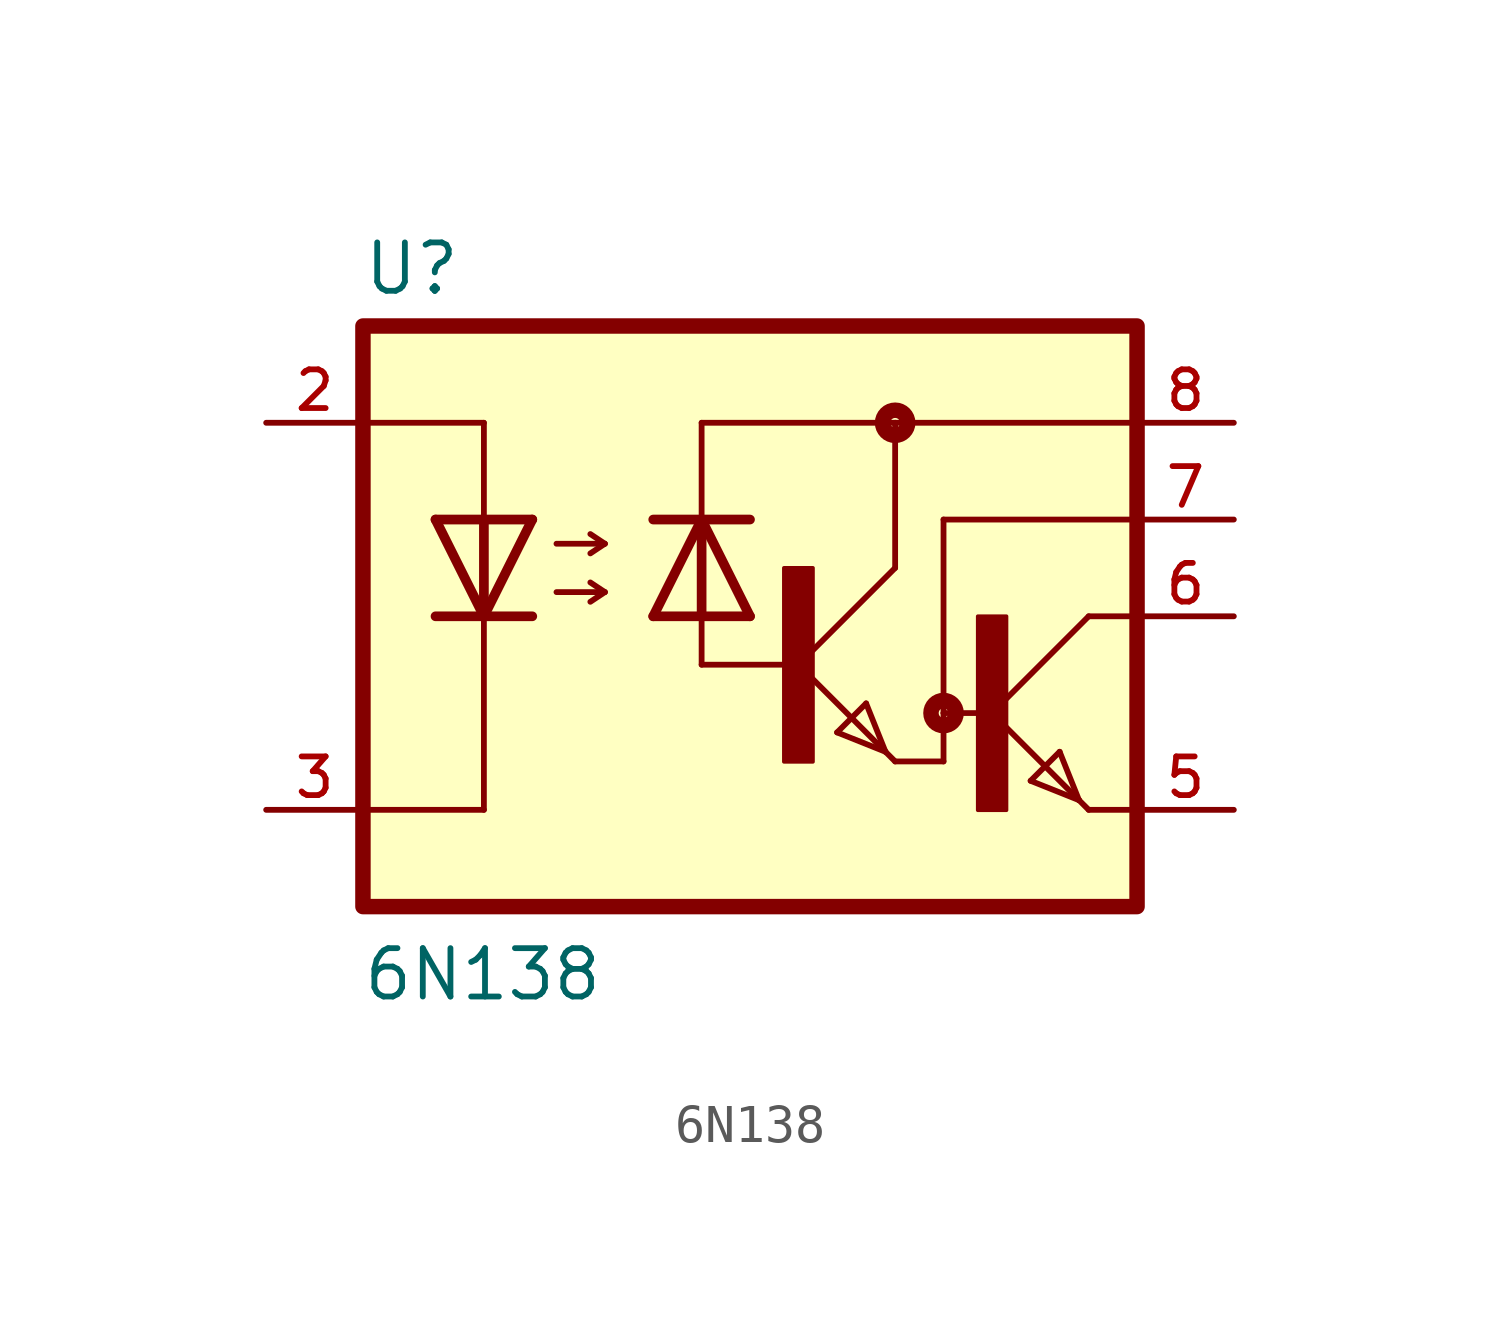
<source format=kicad_sym>
(kicad_symbol_lib
  (version 20211014)
  (generator kicad_symbol_editor)
  (symbol "6N138"
    (pin_names
      (offset 1.016))
    (property "Reference" "U"
      (at -10.188 8.381 0)
      (effects (font (size 1.27 1.27)) (justify bottom left)))
    (property "Value" "6N138"
      (at -10.201 -10.144 0)
      (effects (font (size 1.27 1.27)) (justify bottom left)))
    (symbol "6N138_0_0"
      (polyline (pts (xy 3.81 1.27) (xy 3.81 5.08)) (stroke (width 0.152)))
      (polyline (pts (xy 5.08 -2.54) (xy 6.35 -2.54)) (stroke (width 0.152)))
      (polyline (pts (xy 5.08 -2.54) (xy 5.08 2.54)) (stroke (width 0.152)))
      (polyline (pts (xy -5.715 2.54) (xy -6.985 0.0)) (stroke (width 0.254)))
      (polyline (pts (xy -6.985 0.0) (xy -8.255 2.54)) (stroke (width 0.254)))
      (polyline (pts (xy -5.715 0.0) (xy -6.985 0.0)) (stroke (width 0.254)))
      (polyline (pts (xy -6.985 0.0) (xy -8.255 0.0)) (stroke (width 0.254)))
      (polyline (pts (xy -5.08 1.905) (xy -3.81 1.905)) (stroke (width 0.152)))
      (polyline (pts (xy -3.81 1.905) (xy -4.191 2.159)) (stroke (width 0.152)))
      (polyline (pts (xy -3.81 1.905) (xy -4.191 1.651)) (stroke (width 0.152)))
      (polyline (pts (xy -5.08 0.635) (xy -3.81 0.635)) (stroke (width 0.152)))
      (polyline (pts (xy -3.81 0.635) (xy -4.191 0.889)) (stroke (width 0.152)))
      (polyline (pts (xy -3.81 0.635) (xy -4.191 0.381)) (stroke (width 0.152)))
      (polyline (pts (xy -5.715 2.54) (xy -6.985 2.54)) (stroke (width 0.254)))
      (polyline (pts (xy -6.985 2.54) (xy -6.985 0.0)) (stroke (width 0.254)))
      (polyline (pts (xy -6.985 2.54) (xy -8.255 2.54)) (stroke (width 0.254)))
      (polyline (pts (xy -2.54 0.0) (xy -1.27 2.54)) (stroke (width 0.254)))
      (polyline (pts (xy -1.27 2.54) (xy 0.0 0.0)) (stroke (width 0.254)))
      (polyline (pts (xy -2.54 2.54) (xy -1.27 2.54)) (stroke (width 0.254)))
      (polyline (pts (xy -1.27 2.54) (xy 0.0 2.54)) (stroke (width 0.254)))
      (polyline (pts (xy -2.54 0.0) (xy -1.27 0.0)) (stroke (width 0.254)))
      (polyline (pts (xy -1.27 -1.27) (xy -1.27 0.0)) (stroke (width 0.152)))
      (polyline (pts (xy -1.27 0.0) (xy 0.0 0.0)) (stroke (width 0.254)))
      (polyline (pts (xy -1.27 0.0) (xy -1.27 2.54)) (stroke (width 0.254)))
      (polyline (pts (xy 3.81 5.08) (xy -1.27 5.08)) (stroke (width 0.152)))
      (polyline (pts (xy -1.27 5.08) (xy -1.27 2.54)) (stroke (width 0.152)))
      (polyline (pts (xy -1.27 -1.27) (xy 1.27 -1.27)) (stroke (width 0.152)))
      (polyline (pts (xy 5.08 -3.81) (xy 5.08 -2.54)) (stroke (width 0.152)))
      (polyline (pts (xy -6.985 2.54) (xy -6.985 5.08)) (stroke (width 0.152)))
      (polyline (pts (xy 5.08 2.54) (xy 10.16 2.54)) (stroke (width 0.152)))
      (polyline (pts (xy 3.81 5.08) (xy 10.16 5.08)) (stroke (width 0.152)))
      (polyline (pts (xy -10.16 5.08) (xy -6.985 5.08)) (stroke (width 0.152)))
      (polyline (pts (xy -10.16 -5.08) (xy -6.985 -5.08)) (stroke (width 0.152)))
      (polyline (pts (xy -6.985 -5.08) (xy -6.985 0.0)) (stroke (width 0.152)))
      (polyline (pts (xy 3.81 1.27) (xy 1.27 -1.27)) (stroke (width 0.152)))
      (polyline (pts (xy 1.27 -1.27) (xy 3.556 -3.556)) (stroke (width 0.152)))
      (polyline (pts (xy 3.81 -3.81) (xy 5.08 -3.81)) (stroke (width 0.152)))
      (polyline (pts (xy 3.048 -2.286) (xy 3.556 -3.556)) (stroke (width 0.152)))
      (polyline (pts (xy 3.556 -3.556) (xy 3.81 -3.81)) (stroke (width 0.152)))
      (polyline (pts (xy 3.556 -3.556) (xy 2.286 -3.048)) (stroke (width 0.152)))
      (polyline (pts (xy 2.286 -3.048) (xy 3.048 -2.286)) (stroke (width 0.152)))
      (polyline (pts (xy 8.89 0.0) (xy 6.35 -2.54)) (stroke (width 0.152)))
      (polyline (pts (xy 6.35 -2.54) (xy 8.636 -4.826)) (stroke (width 0.152)))
      (polyline (pts (xy 8.89 -5.08) (xy 10.16 -5.08)) (stroke (width 0.152)))
      (polyline (pts (xy 8.89 0.0) (xy 10.16 0.0)) (stroke (width 0.152)))
      (polyline (pts (xy 8.128 -3.556) (xy 8.636 -4.826)) (stroke (width 0.152)))
      (polyline (pts (xy 8.636 -4.826) (xy 8.89 -5.08)) (stroke (width 0.152)))
      (polyline (pts (xy 8.636 -4.826) (xy 7.366 -4.318)) (stroke (width 0.152)))
      (polyline (pts (xy 7.366 -4.318) (xy 8.128 -3.556)) (stroke (width 0.152)))
      (circle (center 3.81 5.08) (radius 0.127) (stroke (width 0.406)) (fill (type none)))
      (circle (center 5.08 -2.54) (radius 0.127) (stroke (width 0.406)) (fill (type none)))
      (rectangle (start 0.891 -3.818) (end 1.651 1.27) (stroke (width 0.1)) (fill (type outline)))
      (rectangle (start 5.98 -5.089) (end 6.731 0.0) (stroke (width 0.1)) (fill (type outline)))
      (rectangle (start -10.16 -7.62) (end 10.16 7.62) (stroke (width 0.406)) (fill (type background)))
      (pin passive line (at -12.7 5.08 0) (length 2.54) (name "~" (effects (font (size 1.016 1.016)))) (number "2" (effects (font (size 1.016 1.016)))))
      (pin passive line (at -12.7 -5.08 0) (length 2.54) (name "~" (effects (font (size 1.016 1.016)))) (number "3" (effects (font (size 1.016 1.016)))))
      (pin passive line (at 12.7 2.54 180.0) (length 2.54) (name "~" (effects (font (size 1.016 1.016)))) (number "7" (effects (font (size 1.016 1.016)))))
      (pin passive line (at 12.7 5.08 180.0) (length 2.54) (name "~" (effects (font (size 1.016 1.016)))) (number "8" (effects (font (size 1.016 1.016)))))
      (pin passive line (at 12.7 -5.08 180.0) (length 2.54) (name "~" (effects (font (size 1.016 1.016)))) (number "5" (effects (font (size 1.016 1.016)))))
      (pin passive line (at 12.7 0.0 180.0) (length 2.54) (name "~" (effects (font (size 1.016 1.016)))) (number "6" (effects (font (size 1.016 1.016))))))))
</source>
